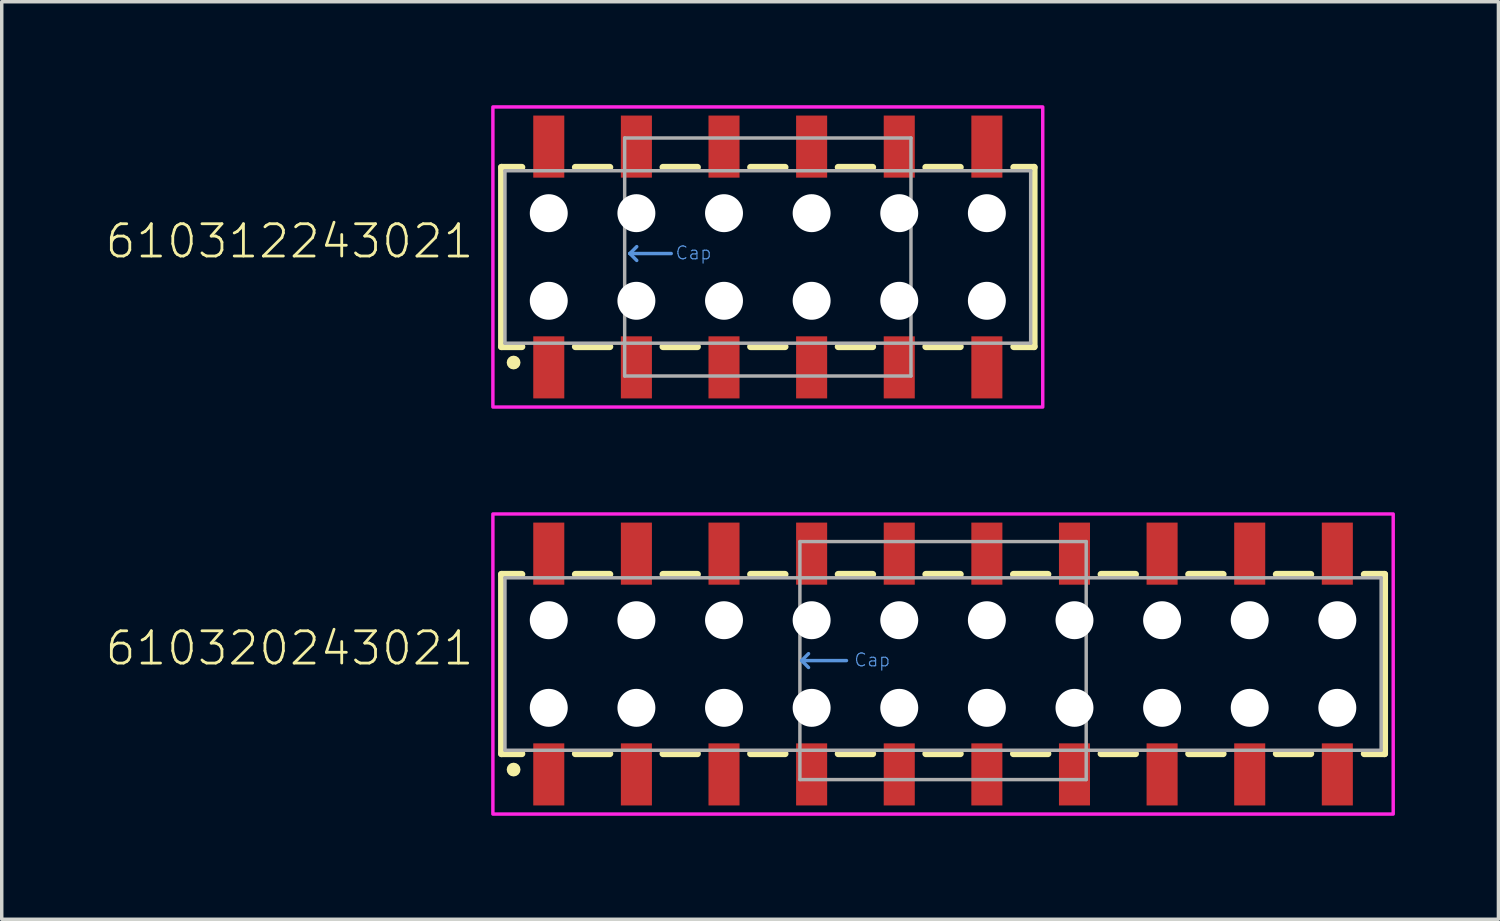
<source format=kicad_pcb>
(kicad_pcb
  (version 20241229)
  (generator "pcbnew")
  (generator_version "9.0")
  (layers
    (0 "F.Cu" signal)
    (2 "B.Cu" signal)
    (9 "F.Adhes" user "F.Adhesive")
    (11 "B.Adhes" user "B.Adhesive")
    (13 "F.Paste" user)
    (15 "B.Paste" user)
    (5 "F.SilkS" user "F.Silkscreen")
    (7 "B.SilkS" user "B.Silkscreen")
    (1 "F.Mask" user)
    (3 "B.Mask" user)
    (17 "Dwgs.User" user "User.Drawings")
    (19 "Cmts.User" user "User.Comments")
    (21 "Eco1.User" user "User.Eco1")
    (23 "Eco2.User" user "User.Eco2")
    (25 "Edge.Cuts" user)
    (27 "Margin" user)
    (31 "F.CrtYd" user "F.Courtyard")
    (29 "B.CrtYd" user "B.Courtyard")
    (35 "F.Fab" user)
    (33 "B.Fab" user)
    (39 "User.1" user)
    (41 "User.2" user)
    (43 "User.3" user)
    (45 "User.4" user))
  (footprint "610312243021"
    (layer "F.Cu")
    (at 19.209 4.4)
    (property "Reference" "610312243021" (at -8.47 0.09 0) (unlocked yes) (layer "F.SilkS") (effects (font (size 0.935 0.935) (thickness 0.081)) (justify right bottom)))
    (fp_line (start -7.72 -2.6) (end -7.72 2.6) (stroke (width 0.2) (type solid)) (layer "F.SilkS"))
    (fp_line (start -7.72 2.6) (end -7.13 2.6) (stroke (width 0.2) (type solid)) (layer "F.SilkS"))
    (fp_line (start -7.13 -2.6) (end -7.72 -2.6) (stroke (width 0.2) (type solid)) (layer "F.SilkS"))
    (fp_line (start -5.58 2.6) (end -4.58 2.6) (stroke (width 0.2) (type solid)) (layer "F.SilkS"))
    (fp_line (start -4.58 -2.6) (end -5.58 -2.6) (stroke (width 0.2) (type solid)) (layer "F.SilkS"))
    (fp_line (start -3.04 2.6) (end -2.04 2.6) (stroke (width 0.2) (type solid)) (layer "F.SilkS"))
    (fp_line (start -2.04 -2.6) (end -3.04 -2.6) (stroke (width 0.2) (type solid)) (layer "F.SilkS"))
    (fp_line (start -0.5 2.6) (end 0.5 2.6) (stroke (width 0.2) (type solid)) (layer "F.SilkS"))
    (fp_line (start 0.5 -2.6) (end -0.5 -2.6) (stroke (width 0.2) (type solid)) (layer "F.SilkS"))
    (fp_line (start 2.04 2.6) (end 3.04 2.6) (stroke (width 0.2) (type solid)) (layer "F.SilkS"))
    (fp_line (start 3.04 -2.6) (end 2.04 -2.6) (stroke (width 0.2) (type solid)) (layer "F.SilkS"))
    (fp_line (start 4.58 2.6) (end 5.58 2.6) (stroke (width 0.2) (type solid)) (layer "F.SilkS"))
    (fp_line (start 5.58 -2.6) (end 4.58 -2.6) (stroke (width 0.2) (type solid)) (layer "F.SilkS"))
    (fp_line (start 7.13 -2.6) (end 7.72 -2.6) (stroke (width 0.2) (type solid)) (layer "F.SilkS"))
    (fp_line (start 7.72 -2.6) (end 7.72 2.6) (stroke (width 0.2) (type solid)) (layer "F.SilkS"))
    (fp_line (start 7.72 2.6) (end 7.13 2.6) (stroke (width 0.2) (type solid)) (layer "F.SilkS"))
    (fp_circle (center -7.37 3.06) (end -7.27 3.06) (stroke (width 0.2) (type solid)) (fill no) (layer "F.SilkS"))
    (fp_line (start -4 -0.1) (end -3.8 -0.3) (stroke (width 0.1) (type solid)) (layer "Cmts.User"))
    (fp_line (start -4 -0.1) (end -3.8 0.1) (stroke (width 0.1) (type solid)) (layer "Cmts.User"))
    (fp_line (start -4 -0.1) (end -2.8 -0.1) (stroke (width 0.1) (type solid)) (layer "Cmts.User"))
    (fp_poly (pts (xy 7.97 4.35) (xy -7.97 4.35) (xy -7.97 -4.35) (xy 7.97 -4.35)) (stroke (width 0.1) (type default)) (fill no) (layer "F.CrtYd"))
    (fp_line (start -7.62 -2.5) (end -7.62 2.5) (stroke (width 0.1) (type solid)) (layer "F.Fab"))
    (fp_line (start -7.62 -2.5) (end 7.62 -2.5) (stroke (width 0.1) (type solid)) (layer "F.Fab"))
    (fp_line (start -7.62 2.5) (end 7.62 2.5) (stroke (width 0.1) (type solid)) (layer "F.Fab"))
    (fp_line (start -4.15 -3.45) (end 4.15 -3.45) (stroke (width 0.1) (type solid)) (layer "F.Fab"))
    (fp_line (start -4.15 3.45) (end -4.15 -3.45) (stroke (width 0.1) (type solid)) (layer "F.Fab"))
    (fp_line (start 4.15 -3.45) (end 4.15 3.45) (stroke (width 0.1) (type solid)) (layer "F.Fab"))
    (fp_line (start 4.15 3.45) (end -4.15 3.45) (stroke (width 0.1) (type solid)) (layer "F.Fab"))
    (fp_line (start 7.62 2.5) (end 7.62 -2.5) (stroke (width 0.1) (type solid)) (layer "F.Fab"))
    (fp_text user "Cap" (at -2.7 0.1 0) (unlocked yes) (layer "Cmts.User") (effects (font (size 0.374 0.374) (thickness 0.033)) (justify left bottom)))
    (pad "" np_thru_hole circle (at -6.35 -1.27) (size 1.1 1.1) (drill 1.1) (layers "*.Cu" "*.Mask"))
    (pad "" np_thru_hole circle (at -6.35 1.27) (size 1.1 1.1) (drill 1.1) (layers "*.Cu" "*.Mask"))
    (pad "" np_thru_hole circle (at -3.81 -1.27) (size 1.1 1.1) (drill 1.1) (layers "*.Cu" "*.Mask"))
    (pad "" np_thru_hole circle (at -3.81 1.27) (size 1.1 1.1) (drill 1.1) (layers "*.Cu" "*.Mask"))
    (pad "" np_thru_hole circle (at -1.27 -1.27) (size 1.1 1.1) (drill 1.1) (layers "*.Cu" "*.Mask"))
    (pad "" np_thru_hole circle (at -1.27 1.27) (size 1.1 1.1) (drill 1.1) (layers "*.Cu" "*.Mask"))
    (pad "" np_thru_hole circle (at 1.27 -1.27) (size 1.1 1.1) (drill 1.1) (layers "*.Cu" "*.Mask"))
    (pad "" np_thru_hole circle (at 1.27 1.27) (size 1.1 1.1) (drill 1.1) (layers "*.Cu" "*.Mask"))
    (pad "" np_thru_hole circle (at 3.81 -1.27) (size 1.1 1.1) (drill 1.1) (layers "*.Cu" "*.Mask"))
    (pad "" np_thru_hole circle (at 3.81 1.27) (size 1.1 1.1) (drill 1.1) (layers "*.Cu" "*.Mask"))
    (pad "" np_thru_hole circle (at 6.35 -1.27) (size 1.1 1.1) (drill 1.1) (layers "*.Cu" "*.Mask"))
    (pad "" np_thru_hole circle (at 6.35 1.27) (size 1.1 1.1) (drill 1.1) (layers "*.Cu" "*.Mask"))
    (pad "1" smd rect (at -6.35 3.2 90) (size 1.8 0.9) (layers "F.Cu" "F.Mask" "F.Paste"))
    (pad "2" smd rect (at -6.35 -3.2 90) (size 1.8 0.9) (layers "F.Cu" "F.Mask" "F.Paste"))
    (pad "3" smd rect (at -3.81 3.2 90) (size 1.8 0.9) (layers "F.Cu" "F.Mask" "F.Paste"))
    (pad "4" smd rect (at -3.81 -3.2 90) (size 1.8 0.9) (layers "F.Cu" "F.Mask" "F.Paste"))
    (pad "5" smd rect (at -1.27 3.2 90) (size 1.8 0.9) (layers "F.Cu" "F.Mask" "F.Paste"))
    (pad "6" smd rect (at -1.27 -3.2 90) (size 1.8 0.9) (layers "F.Cu" "F.Mask" "F.Paste"))
    (pad "7" smd rect (at 1.27 3.2 90) (size 1.8 0.9) (layers "F.Cu" "F.Mask" "F.Paste"))
    (pad "8" smd rect (at 1.27 -3.2 90) (size 1.8 0.9) (layers "F.Cu" "F.Mask" "F.Paste"))
    (pad "9" smd rect (at 3.81 3.2 90) (size 1.8 0.9) (layers "F.Cu" "F.Mask" "F.Paste"))
    (pad "10" smd rect (at 3.81 -3.2 90) (size 1.8 0.9) (layers "F.Cu" "F.Mask" "F.Paste"))
    (pad "11" smd rect (at 6.35 3.2 90) (size 1.8 0.9) (layers "F.Cu" "F.Mask" "F.Paste"))
    (pad "12" smd rect (at 6.35 -3.2 90) (size 1.8 0.9) (layers "F.Cu" "F.Mask" "F.Paste")))
  (footprint "610320243021"
    (layer "F.Cu")
    (at 24.289 16.2)
    (property "Reference" "610320243021" (at -13.55 0.09 0) (unlocked yes) (layer "F.SilkS") (effects (font (size 0.935 0.935) (thickness 0.081)) (justify right bottom)))
    (fp_line (start -12.8 -2.6) (end -12.8 2.6) (stroke (width 0.2) (type solid)) (layer "F.SilkS"))
    (fp_line (start -12.8 2.6) (end -12.21 2.6) (stroke (width 0.2) (type solid)) (layer "F.SilkS"))
    (fp_line (start -12.21 -2.6) (end -12.8 -2.6) (stroke (width 0.2) (type solid)) (layer "F.SilkS"))
    (fp_line (start -10.66 2.6) (end -9.66 2.6) (stroke (width 0.2) (type solid)) (layer "F.SilkS"))
    (fp_line (start -9.66 -2.6) (end -10.66 -2.6) (stroke (width 0.2) (type solid)) (layer "F.SilkS"))
    (fp_line (start -8.12 2.6) (end -7.12 2.6) (stroke (width 0.2) (type solid)) (layer "F.SilkS"))
    (fp_line (start -7.12 -2.6) (end -8.12 -2.6) (stroke (width 0.2) (type solid)) (layer "F.SilkS"))
    (fp_line (start -5.58 2.6) (end -4.58 2.6) (stroke (width 0.2) (type solid)) (layer "F.SilkS"))
    (fp_line (start -4.58 -2.6) (end -5.58 -2.6) (stroke (width 0.2) (type solid)) (layer "F.SilkS"))
    (fp_line (start -3.04 2.6) (end -2.04 2.6) (stroke (width 0.2) (type solid)) (layer "F.SilkS"))
    (fp_line (start -2.04 -2.6) (end -3.04 -2.6) (stroke (width 0.2) (type solid)) (layer "F.SilkS"))
    (fp_line (start -0.5 2.6) (end 0.5 2.6) (stroke (width 0.2) (type solid)) (layer "F.SilkS"))
    (fp_line (start 0.5 -2.6) (end -0.5 -2.6) (stroke (width 0.2) (type solid)) (layer "F.SilkS"))
    (fp_line (start 2.04 2.6) (end 3.04 2.6) (stroke (width 0.2) (type solid)) (layer "F.SilkS"))
    (fp_line (start 3.04 -2.6) (end 2.04 -2.6) (stroke (width 0.2) (type solid)) (layer "F.SilkS"))
    (fp_line (start 4.58 2.6) (end 5.58 2.6) (stroke (width 0.2) (type solid)) (layer "F.SilkS"))
    (fp_line (start 5.58 -2.6) (end 4.58 -2.6) (stroke (width 0.2) (type solid)) (layer "F.SilkS"))
    (fp_line (start 7.12 2.6) (end 8.12 2.6) (stroke (width 0.2) (type solid)) (layer "F.SilkS"))
    (fp_line (start 8.12 -2.6) (end 7.12 -2.6) (stroke (width 0.2) (type solid)) (layer "F.SilkS"))
    (fp_line (start 9.66 2.6) (end 10.66 2.6) (stroke (width 0.2) (type solid)) (layer "F.SilkS"))
    (fp_line (start 10.66 -2.6) (end 9.66 -2.6) (stroke (width 0.2) (type solid)) (layer "F.SilkS"))
    (fp_line (start 12.21 -2.6) (end 12.8 -2.6) (stroke (width 0.2) (type solid)) (layer "F.SilkS"))
    (fp_line (start 12.8 -2.6) (end 12.8 2.6) (stroke (width 0.2) (type solid)) (layer "F.SilkS"))
    (fp_line (start 12.8 2.6) (end 12.21 2.6) (stroke (width 0.2) (type solid)) (layer "F.SilkS"))
    (fp_circle (center -12.45 3.06) (end -12.35 3.06) (stroke (width 0.2) (type solid)) (fill no) (layer "F.SilkS"))
    (fp_line (start -4.1 -0.1) (end -3.9 -0.3) (stroke (width 0.1) (type solid)) (layer "Cmts.User"))
    (fp_line (start -4.1 -0.1) (end -3.9 0.1) (stroke (width 0.1) (type solid)) (layer "Cmts.User"))
    (fp_line (start -4.1 -0.1) (end -2.8 -0.1) (stroke (width 0.1) (type solid)) (layer "Cmts.User"))
    (fp_poly (pts (xy 13.05 4.35) (xy -13.05 4.35) (xy -13.05 -4.35) (xy 13.05 -4.35)) (stroke (width 0.1) (type default)) (fill no) (layer "F.CrtYd"))
    (fp_line (start -12.7 -2.5) (end -12.7 2.5) (stroke (width 0.1) (type solid)) (layer "F.Fab"))
    (fp_line (start -12.7 -2.5) (end 12.7 -2.5) (stroke (width 0.1) (type solid)) (layer "F.Fab"))
    (fp_line (start -12.7 2.5) (end 12.7 2.5) (stroke (width 0.1) (type solid)) (layer "F.Fab"))
    (fp_line (start -4.15 -3.55) (end 4.15 -3.55) (stroke (width 0.1) (type solid)) (layer "F.Fab"))
    (fp_line (start -4.15 3.35) (end -4.15 -3.55) (stroke (width 0.1) (type solid)) (layer "F.Fab"))
    (fp_line (start 4.15 -3.55) (end 4.15 3.35) (stroke (width 0.1) (type solid)) (layer "F.Fab"))
    (fp_line (start 4.15 3.35) (end -4.15 3.35) (stroke (width 0.1) (type solid)) (layer "F.Fab"))
    (fp_line (start 12.7 2.5) (end 12.7 -2.5) (stroke (width 0.1) (type solid)) (layer "F.Fab"))
    (fp_text user "Cap" (at -2.6 0.1 0) (unlocked yes) (layer "Cmts.User") (effects (font (size 0.374 0.374) (thickness 0.033)) (justify left bottom)))
    (pad "" np_thru_hole circle (at -11.43 -1.27) (size 1.1 1.1) (drill 1.1) (layers "*.Cu" "*.Mask"))
    (pad "" np_thru_hole circle (at -11.43 1.27) (size 1.1 1.1) (drill 1.1) (layers "*.Cu" "*.Mask"))
    (pad "" np_thru_hole circle (at -8.89 -1.27) (size 1.1 1.1) (drill 1.1) (layers "*.Cu" "*.Mask"))
    (pad "" np_thru_hole circle (at -8.89 1.27) (size 1.1 1.1) (drill 1.1) (layers "*.Cu" "*.Mask"))
    (pad "" np_thru_hole circle (at -6.35 -1.27) (size 1.1 1.1) (drill 1.1) (layers "*.Cu" "*.Mask"))
    (pad "" np_thru_hole circle (at -6.35 1.27) (size 1.1 1.1) (drill 1.1) (layers "*.Cu" "*.Mask"))
    (pad "" np_thru_hole circle (at -3.81 -1.27) (size 1.1 1.1) (drill 1.1) (layers "*.Cu" "*.Mask"))
    (pad "" np_thru_hole circle (at -3.81 1.27) (size 1.1 1.1) (drill 1.1) (layers "*.Cu" "*.Mask"))
    (pad "" np_thru_hole circle (at -1.27 -1.27) (size 1.1 1.1) (drill 1.1) (layers "*.Cu" "*.Mask"))
    (pad "" np_thru_hole circle (at -1.27 1.27) (size 1.1 1.1) (drill 1.1) (layers "*.Cu" "*.Mask"))
    (pad "" np_thru_hole circle (at 1.27 -1.27) (size 1.1 1.1) (drill 1.1) (layers "*.Cu" "*.Mask"))
    (pad "" np_thru_hole circle (at 1.27 1.27) (size 1.1 1.1) (drill 1.1) (layers "*.Cu" "*.Mask"))
    (pad "" np_thru_hole circle (at 3.81 -1.27) (size 1.1 1.1) (drill 1.1) (layers "*.Cu" "*.Mask"))
    (pad "" np_thru_hole circle (at 3.81 1.27) (size 1.1 1.1) (drill 1.1) (layers "*.Cu" "*.Mask"))
    (pad "" np_thru_hole circle (at 6.35 -1.27) (size 1.1 1.1) (drill 1.1) (layers "*.Cu" "*.Mask"))
    (pad "" np_thru_hole circle (at 6.35 1.27) (size 1.1 1.1) (drill 1.1) (layers "*.Cu" "*.Mask"))
    (pad "" np_thru_hole circle (at 8.89 -1.27) (size 1.1 1.1) (drill 1.1) (layers "*.Cu" "*.Mask"))
    (pad "" np_thru_hole circle (at 8.89 1.27) (size 1.1 1.1) (drill 1.1) (layers "*.Cu" "*.Mask"))
    (pad "" np_thru_hole circle (at 11.43 -1.27) (size 1.1 1.1) (drill 1.1) (layers "*.Cu" "*.Mask"))
    (pad "" np_thru_hole circle (at 11.43 1.27) (size 1.1 1.1) (drill 1.1) (layers "*.Cu" "*.Mask"))
    (pad "1" smd rect (at -11.43 3.2 90) (size 1.8 0.9) (layers "F.Cu" "F.Mask" "F.Paste"))
    (pad "2" smd rect (at -11.43 -3.2 90) (size 1.8 0.9) (layers "F.Cu" "F.Mask" "F.Paste"))
    (pad "3" smd rect (at -8.89 3.2 90) (size 1.8 0.9) (layers "F.Cu" "F.Mask" "F.Paste"))
    (pad "4" smd rect (at -8.89 -3.2 90) (size 1.8 0.9) (layers "F.Cu" "F.Mask" "F.Paste"))
    (pad "5" smd rect (at -6.35 3.2 90) (size 1.8 0.9) (layers "F.Cu" "F.Mask" "F.Paste"))
    (pad "6" smd rect (at -6.35 -3.2 90) (size 1.8 0.9) (layers "F.Cu" "F.Mask" "F.Paste"))
    (pad "7" smd rect (at -3.81 3.2 90) (size 1.8 0.9) (layers "F.Cu" "F.Mask" "F.Paste"))
    (pad "8" smd rect (at -3.81 -3.2 90) (size 1.8 0.9) (layers "F.Cu" "F.Mask" "F.Paste"))
    (pad "9" smd rect (at -1.27 3.2 90) (size 1.8 0.9) (layers "F.Cu" "F.Mask" "F.Paste"))
    (pad "10" smd rect (at -1.27 -3.2 90) (size 1.8 0.9) (layers "F.Cu" "F.Mask" "F.Paste"))
    (pad "11" smd rect (at 1.27 3.2 90) (size 1.8 0.9) (layers "F.Cu" "F.Mask" "F.Paste"))
    (pad "12" smd rect (at 1.27 -3.2 90) (size 1.8 0.9) (layers "F.Cu" "F.Mask" "F.Paste"))
    (pad "13" smd rect (at 3.81 3.2 90) (size 1.8 0.9) (layers "F.Cu" "F.Mask" "F.Paste"))
    (pad "14" smd rect (at 3.81 -3.2 90) (size 1.8 0.9) (layers "F.Cu" "F.Mask" "F.Paste"))
    (pad "15" smd rect (at 6.35 3.2 90) (size 1.8 0.9) (layers "F.Cu" "F.Mask" "F.Paste"))
    (pad "16" smd rect (at 6.35 -3.2 90) (size 1.8 0.9) (layers "F.Cu" "F.Mask" "F.Paste"))
    (pad "17" smd rect (at 8.89 3.2 90) (size 1.8 0.9) (layers "F.Cu" "F.Mask" "F.Paste"))
    (pad "18" smd rect (at 8.89 -3.2 90) (size 1.8 0.9) (layers "F.Cu" "F.Mask" "F.Paste"))
    (pad "19" smd rect (at 11.43 3.2 90) (size 1.8 0.9) (layers "F.Cu" "F.Mask" "F.Paste"))
    (pad "20" smd rect (at 11.43 -3.2 90) (size 1.8 0.9) (layers "F.Cu" "F.Mask" "F.Paste")))
  (gr_rect
    (start -3 -3)
    (end 40.389 23.6)
    (stroke (width 0.1) (type default))
    (fill no)
    (layer "Edge.Cuts")))
</source>
